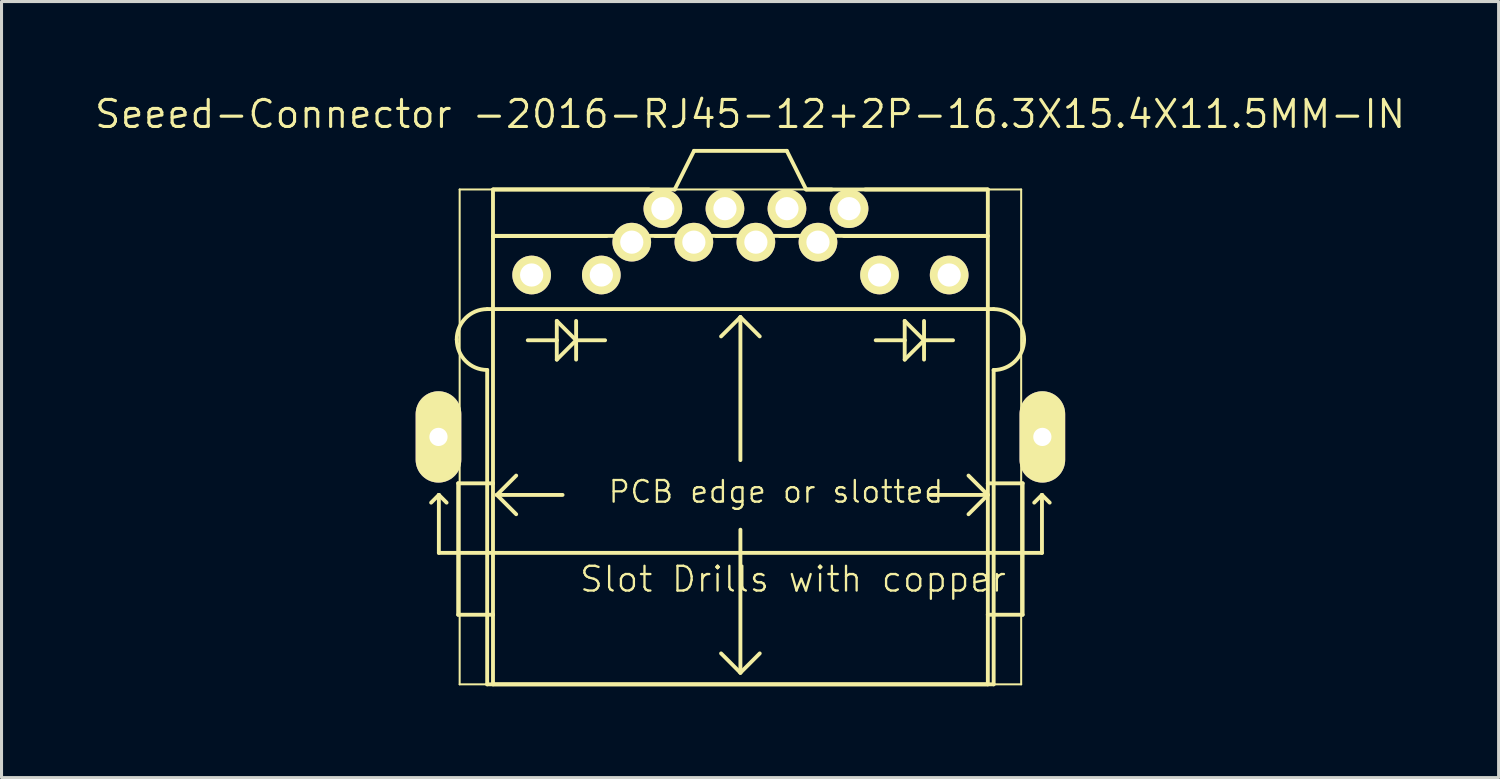
<source format=kicad_pcb>
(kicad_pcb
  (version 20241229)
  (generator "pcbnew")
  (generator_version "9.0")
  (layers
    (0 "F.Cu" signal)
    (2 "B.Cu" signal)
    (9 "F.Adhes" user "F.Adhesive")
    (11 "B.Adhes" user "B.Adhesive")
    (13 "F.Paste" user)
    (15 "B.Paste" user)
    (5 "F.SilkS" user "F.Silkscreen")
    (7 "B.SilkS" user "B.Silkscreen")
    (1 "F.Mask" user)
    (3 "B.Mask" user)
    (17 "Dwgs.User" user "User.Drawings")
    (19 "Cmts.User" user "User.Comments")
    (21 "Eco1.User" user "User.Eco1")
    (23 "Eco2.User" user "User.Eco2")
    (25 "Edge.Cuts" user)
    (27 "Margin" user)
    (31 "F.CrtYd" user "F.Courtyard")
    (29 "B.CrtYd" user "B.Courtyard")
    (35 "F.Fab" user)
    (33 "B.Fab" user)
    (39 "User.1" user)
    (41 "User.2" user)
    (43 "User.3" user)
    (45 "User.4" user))
  (footprint "Seeed-Connector -2016-RJ45-12+2P-16.3X15.4X11.5MM-IN"
    (layer "F.Cu")
    (at 21.273 11.303)
    (property "Reference" "Seeed-Connector -2016-RJ45-12+2P-16.3X15.4X11.5MM-IN" (at 0.318 -10.604 0) (layer "F.SilkS") (effects (font (size 0.889 0.889) (thickness 0.102))))
    (attr exclude_from_pos_files exclude_from_bom)
    (fp_line (start -10.16 2.159) (end -9.906 1.905) (stroke (width 0.127) (type solid)) (layer "F.SilkS"))
    (fp_line (start -9.919 -0.899) (end -9.919 0.899) (stroke (width 0.699) (type solid)) (layer "F.SilkS"))
    (fp_line (start -9.906 1.905) (end -9.906 3.81) (stroke (width 0.127) (type solid)) (layer "F.SilkS"))
    (fp_line (start -9.906 1.905) (end -9.652 2.159) (stroke (width 0.127) (type solid)) (layer "F.SilkS"))
    (fp_line (start -9.906 3.81) (end 9.906 3.81) (stroke (width 0.127) (type solid)) (layer "F.SilkS"))
    (fp_line (start -9.319 -3.2) (end -9.319 -3.198) (stroke (width 0.025) (type solid)) (layer "F.SilkS"))
    (fp_line (start -9.271 1.524) (end -9.271 5.842) (stroke (width 0.127) (type solid)) (layer "F.SilkS"))
    (fp_line (start -9.271 5.842) (end -8.128 5.842) (stroke (width 0.127) (type solid)) (layer "F.SilkS"))
    (fp_line (start -9.223 -8.128) (end 9.223 -8.128) (stroke (width 0.066) (type solid)) (layer "F.SilkS"))
    (fp_line (start -9.223 8.128) (end -9.223 -8.128) (stroke (width 0.066) (type solid)) (layer "F.SilkS"))
    (fp_line (start -9.223 8.128) (end 9.223 8.128) (stroke (width 0.066) (type solid)) (layer "F.SilkS"))
    (fp_line (start -8.329 -2.2) (end -8.329 8.128) (stroke (width 0.025) (type solid)) (layer "F.SilkS"))
    (fp_line (start -8.324 8.128) (end 8.324 8.128) (stroke (width 0.025) (type solid)) (layer "F.SilkS"))
    (fp_line (start -8.319 -4.199) (end 8.319 -4.199) (stroke (width 0.127) (type solid)) (layer "F.SilkS"))
    (fp_line (start -8.319 8.128) (end -8.319 -2.2) (stroke (width 0.127) (type solid)) (layer "F.SilkS"))
    (fp_line (start -8.128 -8.128) (end -2.159 -8.128) (stroke (width 0.127) (type solid)) (layer "F.SilkS"))
    (fp_line (start -8.128 -6.604) (end 8.128 -6.604) (stroke (width 0.127) (type solid)) (layer "F.SilkS"))
    (fp_line (start -8.128 1.524) (end -9.271 1.524) (stroke (width 0.127) (type solid)) (layer "F.SilkS"))
    (fp_line (start -8.128 1.524) (end -8.128 -8.128) (stroke (width 0.127) (type solid)) (layer "F.SilkS"))
    (fp_line (start -8.128 5.842) (end -8.128 1.524) (stroke (width 0.127) (type solid)) (layer "F.SilkS"))
    (fp_line (start -8.128 8.128) (end -8.128 5.842) (stroke (width 0.127) (type solid)) (layer "F.SilkS"))
    (fp_line (start -8.098 -6.599) (end -4.399 -6.599) (stroke (width 0.127) (type solid)) (layer "F.SilkS"))
    (fp_line (start -8.001 1.905) (end -7.366 1.27) (stroke (width 0.127) (type solid)) (layer "F.SilkS"))
    (fp_line (start -8.001 1.905) (end -7.366 2.54) (stroke (width 0.127) (type solid)) (layer "F.SilkS"))
    (fp_line (start -6.032 -3.81) (end -6.032 -3.175) (stroke (width 0.127) (type solid)) (layer "F.SilkS"))
    (fp_line (start -6.032 -3.81) (end -5.397 -3.175) (stroke (width 0.127) (type solid)) (layer "F.SilkS"))
    (fp_line (start -6.032 -3.175) (end -6.985 -3.175) (stroke (width 0.127) (type solid)) (layer "F.SilkS"))
    (fp_line (start -6.032 -3.175) (end -6.032 -2.54) (stroke (width 0.127) (type solid)) (layer "F.SilkS"))
    (fp_line (start -6.032 -2.54) (end -5.397 -3.175) (stroke (width 0.127) (type solid)) (layer "F.SilkS"))
    (fp_line (start -5.842 1.905) (end -8.001 1.905) (stroke (width 0.127) (type solid)) (layer "F.SilkS"))
    (fp_line (start -5.397 -3.81) (end -5.397 -3.175) (stroke (width 0.127) (type solid)) (layer "F.SilkS"))
    (fp_line (start -5.397 -3.175) (end -5.397 -2.54) (stroke (width 0.127) (type solid)) (layer "F.SilkS"))
    (fp_line (start -5.397 -3.175) (end -4.445 -3.175) (stroke (width 0.127) (type solid)) (layer "F.SilkS"))
    (fp_line (start -3 -8.128) (end -8.098 -8.128) (stroke (width 0.127) (type solid)) (layer "F.SilkS"))
    (fp_line (start -2.799 -6.599) (end -2.299 -6.599) (stroke (width 0.127) (type solid)) (layer "F.SilkS"))
    (fp_line (start -2.159 -8.128) (end -1.524 -9.398) (stroke (width 0.127) (type solid)) (layer "F.SilkS"))
    (fp_line (start -1.524 -9.398) (end 1.524 -9.398) (stroke (width 0.127) (type solid)) (layer "F.SilkS"))
    (fp_line (start -0.798 -6.599) (end -0.3 -6.599) (stroke (width 0.127) (type solid)) (layer "F.SilkS"))
    (fp_line (start 0 -3.937) (end -0.635 -3.302) (stroke (width 0.127) (type solid)) (layer "F.SilkS"))
    (fp_line (start 0 -3.937) (end 0.635 -3.302) (stroke (width 0.127) (type solid)) (layer "F.SilkS"))
    (fp_line (start 0 0.762) (end 0 -3.937) (stroke (width 0.127) (type solid)) (layer "F.SilkS"))
    (fp_line (start 0 3.048) (end 0 7.747) (stroke (width 0.127) (type solid)) (layer "F.SilkS"))
    (fp_line (start 0 7.747) (end -0.635 7.112) (stroke (width 0.127) (type solid)) (layer "F.SilkS"))
    (fp_line (start 0 7.747) (end 0.635 7.112) (stroke (width 0.127) (type solid)) (layer "F.SilkS"))
    (fp_line (start 1.298 -6.599) (end 1.798 -6.599) (stroke (width 0.127) (type solid)) (layer "F.SilkS"))
    (fp_line (start 1.524 -9.398) (end 2.159 -8.128) (stroke (width 0.127) (type solid)) (layer "F.SilkS"))
    (fp_line (start 2.159 -8.128) (end 8.128 -8.128) (stroke (width 0.127) (type solid)) (layer "F.SilkS"))
    (fp_line (start 2.2 -8.128) (end 3 -8.128) (stroke (width 0.127) (type solid)) (layer "F.SilkS"))
    (fp_line (start 3.399 -6.599) (end 8.098 -6.599) (stroke (width 0.127) (type solid)) (layer "F.SilkS"))
    (fp_line (start 4.1 -8.128) (end 8.098 -8.128) (stroke (width 0.127) (type solid)) (layer "F.SilkS"))
    (fp_line (start 5.397 -3.81) (end 5.397 -3.175) (stroke (width 0.127) (type solid)) (layer "F.SilkS"))
    (fp_line (start 5.397 -3.81) (end 6.032 -3.175) (stroke (width 0.127) (type solid)) (layer "F.SilkS"))
    (fp_line (start 5.397 -3.175) (end 4.445 -3.175) (stroke (width 0.127) (type solid)) (layer "F.SilkS"))
    (fp_line (start 5.397 -3.175) (end 5.397 -2.54) (stroke (width 0.127) (type solid)) (layer "F.SilkS"))
    (fp_line (start 5.397 -2.54) (end 6.032 -3.175) (stroke (width 0.127) (type solid)) (layer "F.SilkS"))
    (fp_line (start 6.032 -3.81) (end 6.032 -3.175) (stroke (width 0.127) (type solid)) (layer "F.SilkS"))
    (fp_line (start 6.032 -3.175) (end 6.032 -2.54) (stroke (width 0.127) (type solid)) (layer "F.SilkS"))
    (fp_line (start 6.032 -3.175) (end 6.985 -3.175) (stroke (width 0.127) (type solid)) (layer "F.SilkS"))
    (fp_line (start 6.223 1.905) (end 8.128 1.905) (stroke (width 0.127) (type solid)) (layer "F.SilkS"))
    (fp_line (start 8.128 -8.128) (end 8.128 1.524) (stroke (width 0.127) (type solid)) (layer "F.SilkS"))
    (fp_line (start 8.128 1.524) (end 8.128 5.842) (stroke (width 0.127) (type solid)) (layer "F.SilkS"))
    (fp_line (start 8.128 1.524) (end 9.271 1.524) (stroke (width 0.127) (type solid)) (layer "F.SilkS"))
    (fp_line (start 8.128 1.905) (end 7.493 1.27) (stroke (width 0.127) (type solid)) (layer "F.SilkS"))
    (fp_line (start 8.128 1.905) (end 7.493 2.54) (stroke (width 0.127) (type solid)) (layer "F.SilkS"))
    (fp_line (start 8.128 5.842) (end 8.128 8.128) (stroke (width 0.127) (type solid)) (layer "F.SilkS"))
    (fp_line (start 8.128 8.128) (end -8.128 8.128) (stroke (width 0.127) (type solid)) (layer "F.SilkS"))
    (fp_line (start 8.319 -4.199) (end -8.321 -4.199) (stroke (width 0.025) (type solid)) (layer "F.SilkS"))
    (fp_line (start 8.319 -2.2) (end 8.319 8.128) (stroke (width 0.127) (type solid)) (layer "F.SilkS"))
    (fp_line (start 8.319 8.128) (end -8.319 8.128) (stroke (width 0.127) (type solid)) (layer "F.SilkS"))
    (fp_line (start 8.329 8.128) (end 8.329 -2.174) (stroke (width 0.025) (type solid)) (layer "F.SilkS"))
    (fp_line (start 9.223 8.128) (end 9.223 -8.128) (stroke (width 0.066) (type solid)) (layer "F.SilkS"))
    (fp_line (start 9.271 1.524) (end 9.271 5.842) (stroke (width 0.127) (type solid)) (layer "F.SilkS"))
    (fp_line (start 9.271 5.842) (end 8.128 5.842) (stroke (width 0.127) (type solid)) (layer "F.SilkS"))
    (fp_line (start 9.319 -3.198) (end 9.319 -3.2) (stroke (width 0.025) (type solid)) (layer "F.SilkS"))
    (fp_line (start 9.652 2.159) (end 9.906 1.905) (stroke (width 0.127) (type solid)) (layer "F.SilkS"))
    (fp_line (start 9.906 1.905) (end 10.16 2.159) (stroke (width 0.127) (type solid)) (layer "F.SilkS"))
    (fp_line (start 9.906 3.81) (end 9.906 1.905) (stroke (width 0.127) (type solid)) (layer "F.SilkS"))
    (fp_line (start 9.919 -0.899) (end 9.919 0.899) (stroke (width 0.699) (type solid)) (layer "F.SilkS"))
    (fp_arc (start -9.31926 -3.2004) (mid -9.026888 -3.906248) (end -8.32104 -4.19862) (stroke (width 0.0254) (type solid)) (layer "F.SilkS"))
    (fp_arc (start -9.31926 -3.19786) (mid -9.026144 -3.905504) (end -8.3185 -4.19862) (stroke (width 0.127) (type solid)) (layer "F.SilkS"))
    (fp_arc (start -8.32866 -2.19964) (mid -9.029428 -2.494116) (end -9.31672 -3.19786) (stroke (width 0.0254) (type solid)) (layer "F.SilkS"))
    (fp_arc (start -8.3185 -2.19964) (mid -9.024348 -2.492012) (end -9.31672 -3.19786) (stroke (width 0.127) (type solid)) (layer "F.SilkS"))
    (fp_arc (start 8.3185 -4.19862) (mid 9.024348 -3.906248) (end 9.31672 -3.2004) (stroke (width 0.0254) (type solid)) (layer "F.SilkS"))
    (fp_arc (start 8.3185 -4.19862) (mid 9.026144 -3.905504) (end 9.31926 -3.19786) (stroke (width 0.127) (type solid)) (layer "F.SilkS"))
    (fp_arc (start 9.31926 -3.19786) (mid 9.026144 -2.490216) (end 8.3185 -2.1971) (stroke (width 0.127) (type solid)) (layer "F.SilkS"))
    (fp_arc (start 9.31926 -3.19786) (mid 9.034689 -2.480364) (end 8.32612 -2.17424) (stroke (width 0.0254) (type solid)) (layer "F.SilkS"))
    (fp_text user "PCB edge or slotted" (at 1.168 1.801 0) (layer "F.SilkS") (effects (font (size 0.711 0.711) (thickness 0.076))))
    (fp_text user "Slot Drills with copper" (at 1.727 4.674 0) (layer "F.SilkS") (effects (font (size 0.813 0.813) (thickness 0.076))))
    (pad "1" thru_hole circle (at 3.569 -7.498) (size 1.27 1.27) (drill 0.762) (layers "*.Cu" "F.Mask" "F.SilkS" "F.Paste"))
    (pad "2" thru_hole circle (at 2.548 -6.398) (size 1.27 1.27) (drill 0.762) (layers "*.Cu" "F.Mask" "F.SilkS" "F.Paste"))
    (pad "3" thru_hole circle (at 1.529 -7.498) (size 1.27 1.27) (drill 0.762) (layers "*.Cu" "F.Mask" "F.SilkS" "F.Paste"))
    (pad "4" thru_hole circle (at 0.508 -6.398) (size 1.27 1.27) (drill 0.762) (layers "*.Cu" "F.Mask" "F.SilkS" "F.Paste"))
    (pad "5" thru_hole circle (at -0.508 -7.498) (size 1.27 1.27) (drill 0.762) (layers "*.Cu" "F.Mask" "F.SilkS" "F.Paste"))
    (pad "6" thru_hole circle (at -1.529 -6.398) (size 1.27 1.27) (drill 0.762) (layers "*.Cu" "F.Mask" "F.SilkS" "F.Paste"))
    (pad "7" thru_hole circle (at -2.548 -7.498) (size 1.27 1.27) (drill 0.762) (layers "*.Cu" "F.Mask" "F.SilkS" "F.Paste"))
    (pad "8" thru_hole circle (at -3.569 -6.398) (size 1.27 1.27) (drill 0.762) (layers "*.Cu" "F.Mask" "F.SilkS" "F.Paste"))
    (pad "9" thru_hole circle (at 6.858 -5.319) (size 1.27 1.27) (drill 0.762) (layers "*.Cu" "F.Mask" "F.SilkS" "F.Paste"))
    (pad "10" thru_hole circle (at 4.569 -5.319) (size 1.27 1.27) (drill 0.762) (layers "*.Cu" "F.Mask" "F.SilkS" "F.Paste"))
    (pad "11" thru_hole circle (at -4.569 -5.319) (size 1.27 1.27) (drill 0.762) (layers "*.Cu" "F.Mask" "F.SilkS" "F.Paste"))
    (pad "12" thru_hole circle (at -6.858 -5.319) (size 1.27 1.27) (drill 0.762) (layers "*.Cu" "F.Mask" "F.SilkS" "F.Paste"))
    (pad "13" thru_hole oval (at -9.919 0 180) (size 1.499 3) (drill 0.599) (layers "*.Cu" "F.Mask" "F.SilkS" "F.Paste"))
    (pad "14" thru_hole oval (at 9.919 0 180) (size 1.499 3) (drill 0.599) (layers "*.Cu" "F.Mask" "F.SilkS" "F.Paste")))
  (gr_rect
    (start -3 -3)
    (end 46.18 22.494)
    (stroke (width 0.1) (type default))
    (fill no)
    (layer "Edge.Cuts")))
</source>
